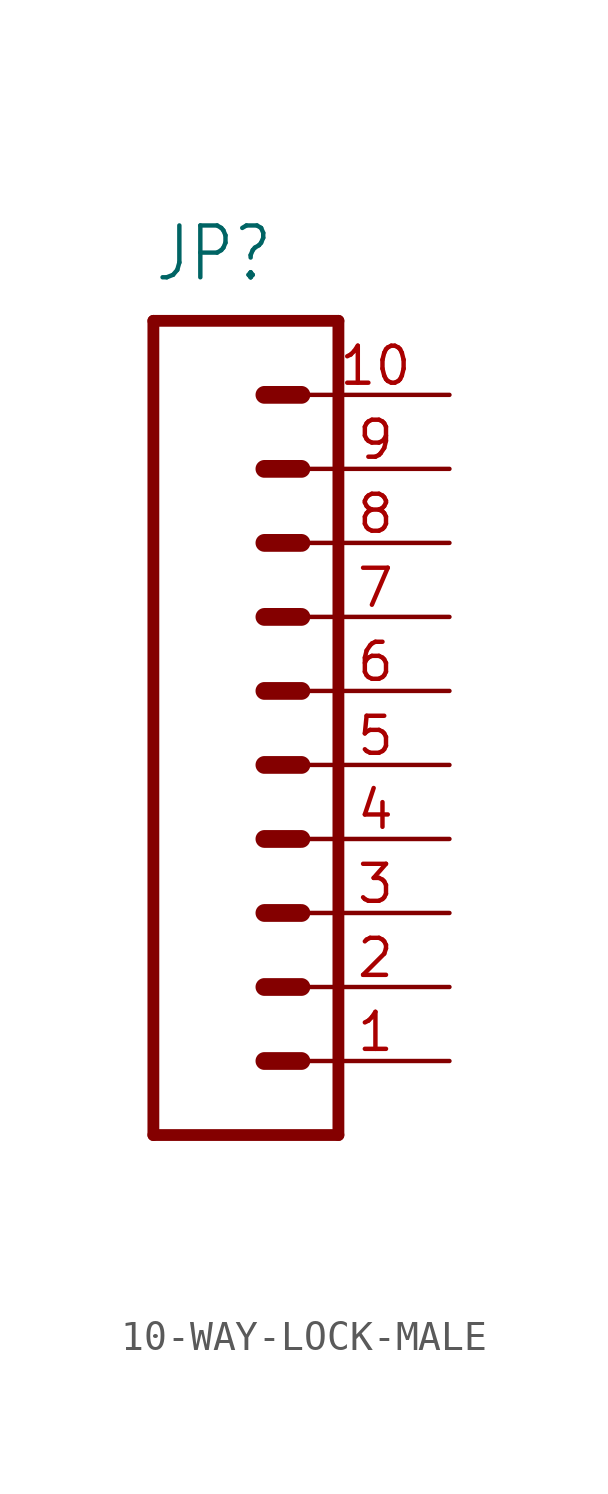
<source format=kicad_sym>
(kicad_symbol_lib
  (version 20220914)
  (generator kicad_symbol_editor)
  (symbol "10-WAY-LOCK-MALE"
    (property "Reference" "JP"
      (at 0 8.89 0)
      (effects (font (size 1.778 1.511)) (justify left bottom)))
    (property "Value" ""
      (at 0 -22.86 0)
      (effects (font (size 1.778 1.511)) (justify left bottom)))
    (property "ki_locked" ""
      (at 0 0 0)
      (effects (font (size 1.27 1.27))))
    (symbol "10-WAY-LOCK-MALE_1_0"
      (polyline (pts (xy 0 7.62) (xy 0 -20.32)) (stroke (width 0.406) (type solid)) (fill (type none)))
      (polyline (pts (xy 0 7.62) (xy 6.35 7.62)) (stroke (width 0.406) (type solid)) (fill (type none)))
      (polyline (pts (xy 3.81 -17.78) (xy 5.08 -17.78)) (stroke (width 0.61) (type solid)) (fill (type none)))
      (polyline (pts (xy 3.81 -15.24) (xy 5.08 -15.24)) (stroke (width 0.61) (type solid)) (fill (type none)))
      (polyline (pts (xy 3.81 -12.7) (xy 5.08 -12.7)) (stroke (width 0.61) (type solid)) (fill (type none)))
      (polyline (pts (xy 3.81 -10.16) (xy 5.08 -10.16)) (stroke (width 0.61) (type solid)) (fill (type none)))
      (polyline (pts (xy 3.81 -7.62) (xy 5.08 -7.62)) (stroke (width 0.61) (type solid)) (fill (type none)))
      (polyline (pts (xy 3.81 -5.08) (xy 5.08 -5.08)) (stroke (width 0.61) (type solid)) (fill (type none)))
      (polyline (pts (xy 3.81 -2.54) (xy 5.08 -2.54)) (stroke (width 0.61) (type solid)) (fill (type none)))
      (polyline (pts (xy 3.81 0) (xy 5.08 0)) (stroke (width 0.61) (type solid)) (fill (type none)))
      (polyline (pts (xy 3.81 2.54) (xy 5.08 2.54)) (stroke (width 0.61) (type solid)) (fill (type none)))
      (polyline (pts (xy 3.81 5.08) (xy 5.08 5.08)) (stroke (width 0.61) (type solid)) (fill (type none)))
      (polyline (pts (xy 6.35 -20.32) (xy 0 -20.32)) (stroke (width 0.406) (type solid)) (fill (type none)))
      (polyline (pts (xy 6.35 -20.32) (xy 6.35 7.62)) (stroke (width 0.406) (type solid)) (fill (type none)))
      (pin passive line (at 10.16 -17.78 180) (length 5.08) (name "1" (effects (font (size 0 0)))) (number "1" (effects (font (size 1.27 1.27)))))
      (pin passive line (at 10.16 5.08 180) (length 5.08) (name "10" (effects (font (size 0 0)))) (number "10" (effects (font (size 1.27 1.27)))))
      (pin passive line (at 10.16 -15.24 180) (length 5.08) (name "2" (effects (font (size 0 0)))) (number "2" (effects (font (size 1.27 1.27)))))
      (pin passive line (at 10.16 -12.7 180) (length 5.08) (name "3" (effects (font (size 0 0)))) (number "3" (effects (font (size 1.27 1.27)))))
      (pin passive line (at 10.16 -10.16 180) (length 5.08) (name "4" (effects (font (size 0 0)))) (number "4" (effects (font (size 1.27 1.27)))))
      (pin passive line (at 10.16 -7.62 180) (length 5.08) (name "5" (effects (font (size 0 0)))) (number "5" (effects (font (size 1.27 1.27)))))
      (pin passive line (at 10.16 -5.08 180) (length 5.08) (name "6" (effects (font (size 0 0)))) (number "6" (effects (font (size 1.27 1.27)))))
      (pin passive line (at 10.16 -2.54 180) (length 5.08) (name "7" (effects (font (size 0 0)))) (number "7" (effects (font (size 1.27 1.27)))))
      (pin passive line (at 10.16 0 180) (length 5.08) (name "8" (effects (font (size 0 0)))) (number "8" (effects (font (size 1.27 1.27)))))
      (pin passive line (at 10.16 2.54 180) (length 5.08) (name "9" (effects (font (size 0 0)))) (number "9" (effects (font (size 1.27 1.27))))))))
</source>
